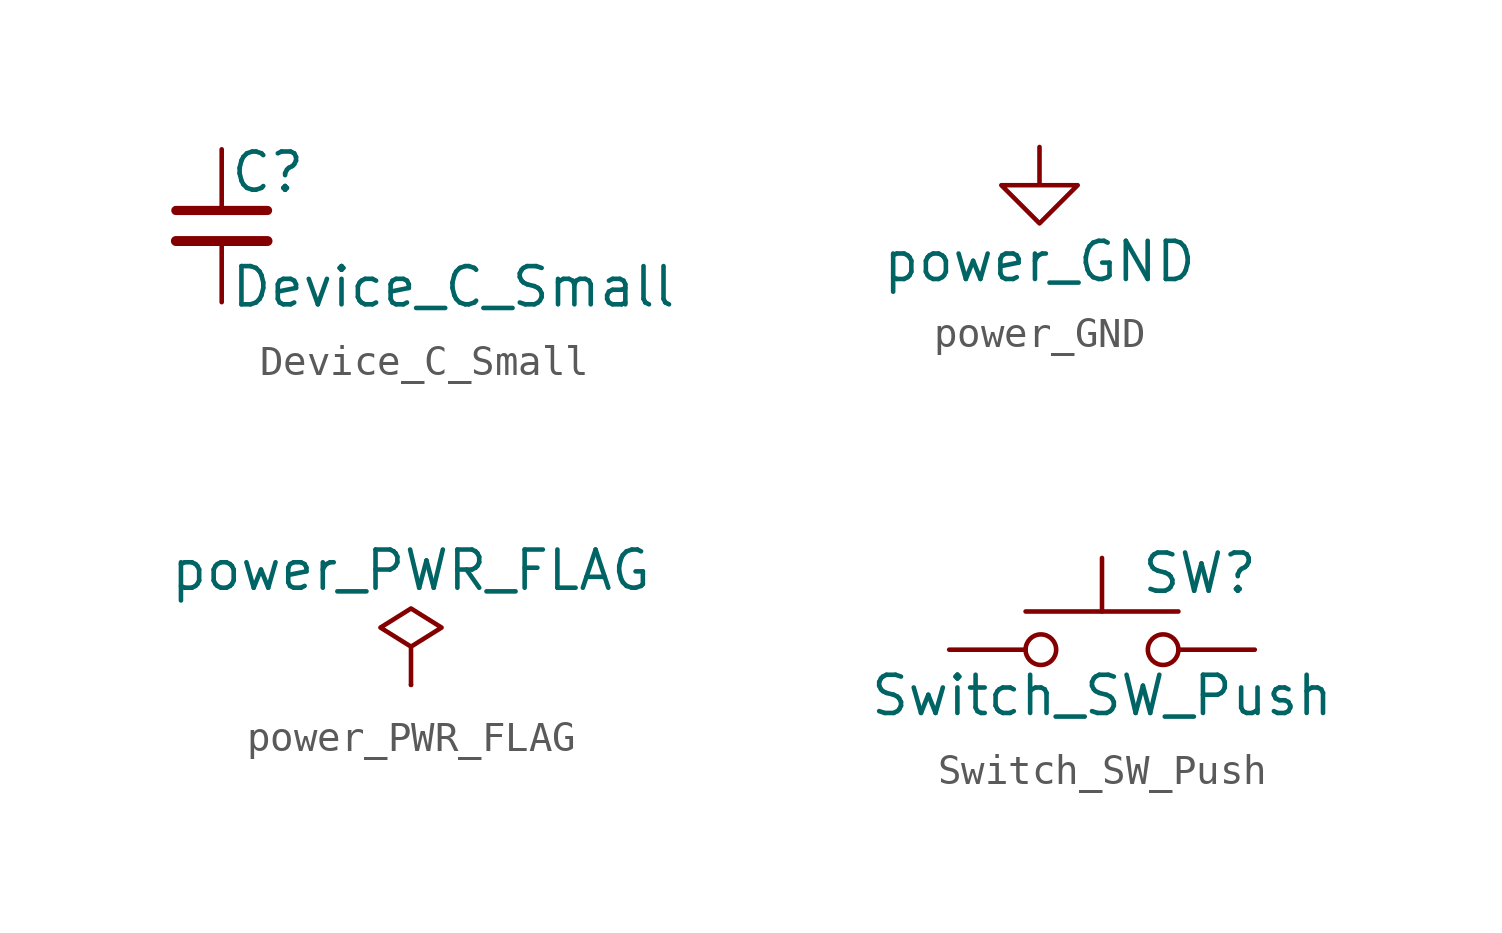
<source format=kicad_sym>
(kicad_symbol_lib
  (version 20231120)
  (generator "kicad_symbol_editor")
  (generator_version "8.0")
  (symbol "Device_C_Small"
    (pin_numbers hide)
    (pin_names
      (offset 0.254) hide)
    (property "Reference" "C"
      (at 0.254 1.778 0)
      (effects (font (size 1.27 1.27)) (justify left)))
    (property "Value" "Device_C_Small"
      (at 0.254 -2.032 0)
      (effects (font (size 1.27 1.27)) (justify left)))
    (symbol "Device_C_Small_0_1"
      (polyline (pts (xy -1.524 -0.508) (xy 1.524 -0.508)) (stroke (width 0.33) (type solid)) (fill (type none)))
      (polyline (pts (xy -1.524 0.508) (xy 1.524 0.508)) (stroke (width 0.305) (type solid)) (fill (type none))))
    (symbol "Device_C_Small_1_1"
      (pin passive line (at 0 2.54 270) (length 2.032) (name "~" (effects (font (size 1.27 1.27)))) (number "1" (effects (font (size 1.27 1.27)))))
      (pin passive line (at 0 -2.54 90) (length 2.032) (name "~" (effects (font (size 1.27 1.27)))) (number "2" (effects (font (size 1.27 1.27)))))))
  (symbol "power_GND"
    (power)
    (pin_names
      (offset 0))
    (property "Reference" "#PWR"
      (at 0 -6.35 0)
      (effects (font (size 1.27 1.27)) (hide yes)))
    (property "Value" "power_GND"
      (at 0 -3.81 0)
      (effects (font (size 1.27 1.27))))
    (symbol "power_GND_0_1"
      (polyline (pts (xy 0 0) (xy 0 -1.27) (xy 1.27 -1.27) (xy 0 -2.54) (xy -1.27 -1.27) (xy 0 -1.27)) (stroke (width 0) (type solid)) (fill (type none))))
    (symbol "power_GND_1_1"
      (pin power_in line (at 0 0 270) (length 0) hide (name "GND" (effects (font (size 1.27 1.27)))) (number "1" (effects (font (size 1.27 1.27)))))))
  (symbol "power_PWR_FLAG"
    (power)
    (pin_numbers hide)
    (pin_names
      (offset 0) hide)
    (property "Reference" "#FLG"
      (at 0 1.905 0)
      (effects (font (size 1.27 1.27)) (hide yes)))
    (property "Value" "power_PWR_FLAG"
      (at 0 3.81 0)
      (effects (font (size 1.27 1.27))))
    (symbol "power_PWR_FLAG_0_0"
      (pin power_out line (at 0 0 90) (length 0) (name "pwr" (effects (font (size 1.27 1.27)))) (number "1" (effects (font (size 1.27 1.27))))))
    (symbol "power_PWR_FLAG_0_1"
      (polyline (pts (xy 0 0) (xy 0 1.27) (xy -1.016 1.905) (xy 0 2.54) (xy 1.016 1.905) (xy 0 1.27)) (stroke (width 0) (type solid)) (fill (type none)))))
  (symbol "Switch_SW_Push"
    (pin_numbers hide)
    (pin_names
      (offset 1.016) hide)
    (property "Reference" "SW"
      (at 1.27 2.54 0)
      (effects (font (size 1.27 1.27)) (justify left)))
    (property "Value" "Switch_SW_Push"
      (at 0 -1.524 0)
      (effects (font (size 1.27 1.27))))
    (symbol "Switch_SW_Push_0_1"
      (circle (center -2.032 0) (radius 0.508) (stroke (width 0) (type solid)) (fill (type none)))
      (polyline (pts (xy 0 1.27) (xy 0 3.048)) (stroke (width 0) (type solid)) (fill (type none)))
      (polyline (pts (xy 2.54 1.27) (xy -2.54 1.27)) (stroke (width 0) (type solid)) (fill (type none)))
      (circle (center 2.032 0) (radius 0.508) (stroke (width 0) (type solid)) (fill (type none)))
      (pin passive line (at -5.08 0 0) (length 2.54) (name "1" (effects (font (size 1.27 1.27)))) (number "1" (effects (font (size 1.27 1.27)))))
      (pin passive line (at 5.08 0 180) (length 2.54) (name "2" (effects (font (size 1.27 1.27)))) (number "2" (effects (font (size 1.27 1.27))))))))
</source>
